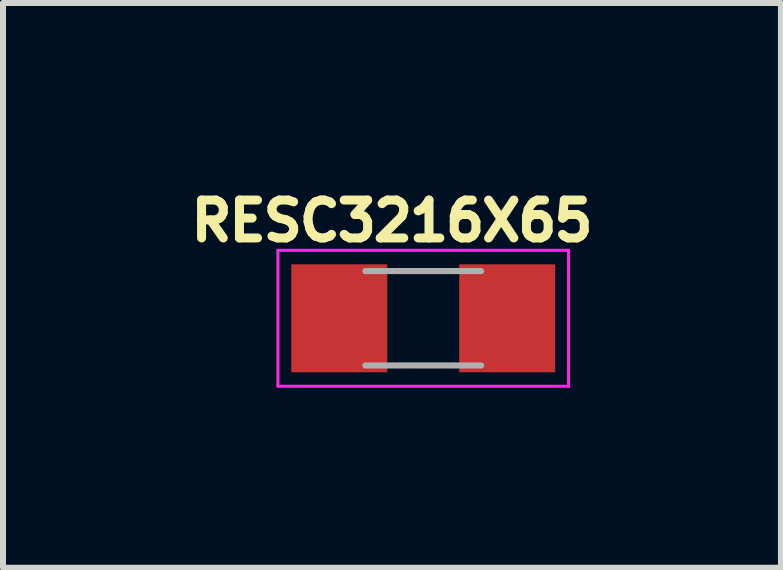
<source format=kicad_pcb>
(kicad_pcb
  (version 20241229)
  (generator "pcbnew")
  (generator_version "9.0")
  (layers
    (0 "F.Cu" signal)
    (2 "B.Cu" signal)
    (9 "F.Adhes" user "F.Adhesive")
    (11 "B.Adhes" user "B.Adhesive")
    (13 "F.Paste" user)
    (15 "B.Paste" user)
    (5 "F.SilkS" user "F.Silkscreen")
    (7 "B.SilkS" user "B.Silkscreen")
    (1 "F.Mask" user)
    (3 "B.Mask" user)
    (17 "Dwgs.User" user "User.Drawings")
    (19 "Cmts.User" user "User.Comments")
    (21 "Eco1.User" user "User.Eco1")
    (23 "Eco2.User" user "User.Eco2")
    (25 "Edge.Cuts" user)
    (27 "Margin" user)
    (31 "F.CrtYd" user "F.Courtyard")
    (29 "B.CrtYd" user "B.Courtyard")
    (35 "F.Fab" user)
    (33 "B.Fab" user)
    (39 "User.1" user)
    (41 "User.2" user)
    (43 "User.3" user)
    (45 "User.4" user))
  (footprint "RESC3216X65"
    (layer "F.Cu")
    (at 4.007 2.257)
    (property "Reference" "RESC3216X65" (at -0.521 -1.624 0) (layer "F.SilkS") (effects (font (size 0.632 0.632) (thickness 0.15))))
    (attr smd)
    (fp_line (start -2.423 -1.133) (end 2.423 -1.133) (stroke (width 0.051) (type solid)) (layer "F.CrtYd"))
    (fp_line (start -2.423 1.133) (end -2.423 -1.133) (stroke (width 0.051) (type solid)) (layer "F.CrtYd"))
    (fp_line (start 2.423 -1.133) (end 2.423 1.133) (stroke (width 0.051) (type solid)) (layer "F.CrtYd"))
    (fp_line (start 2.423 1.133) (end -2.423 1.133) (stroke (width 0.051) (type solid)) (layer "F.CrtYd"))
    (fp_line (start -0.965 -0.787) (end 0.965 -0.787) (stroke (width 0.102) (type solid)) (layer "F.Fab"))
    (fp_line (start -0.965 0.787) (end 0.965 0.787) (stroke (width 0.102) (type solid)) (layer "F.Fab"))
    (pad "1" smd rect (at -1.4 0) (size 1.6 1.8) (layers "F.Cu" "F.Mask" "F.Paste"))
    (pad "2" smd rect (at 1.4 0) (size 1.6 1.8) (layers "F.Cu" "F.Mask" "F.Paste")))
  (gr_rect
    (start -3 -3)
    (end 9.971 6.416)
    (stroke (width 0.1) (type default))
    (fill no)
    (layer "Edge.Cuts")))
</source>
